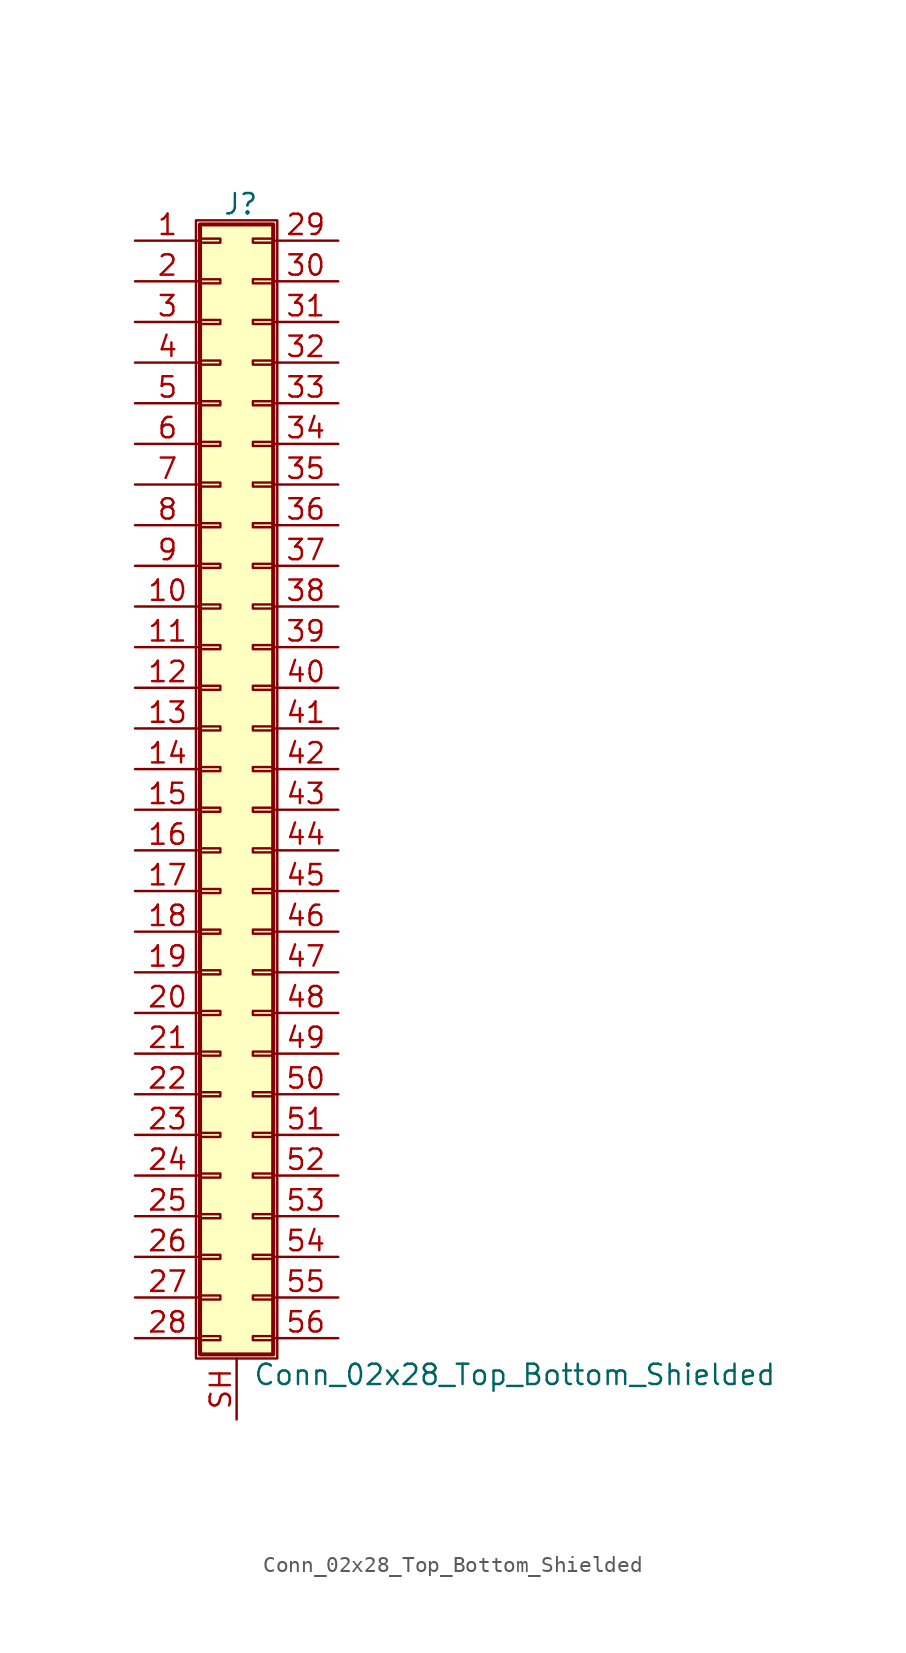
<source format=kicad_sym>
(kicad_symbol_lib
  (version 20201005)
  (generator kicad_symbol_editor)
  (symbol "Conn_02x28_Top_Bottom_Shielded"
    (pin_names
      (offset 1.016) hide)
    (property "Reference" "J"
      (at 1.524 35.306 0)
      (effects (font (size 1.27 1.27))))
    (property "Value" "Conn_02x28_Top_Bottom_Shielded"
      (at 2.286 -37.846 0)
      (effects (font (size 1.27 1.27)) (justify left)))
    (symbol "Conn_02x28_Top_Bottom_Shielded_1_1"
      (rectangle (start -1.27 34.29) (end 3.81 -36.83) (stroke (width 0.152)) (fill (type none)))
      (rectangle (start -1.016 -35.433) (end 0.254 -35.687) (stroke (width 0.152)) (fill (type none)))
      (rectangle (start -1.016 -32.893) (end 0.254 -33.147) (stroke (width 0.152)) (fill (type none)))
      (rectangle (start -1.016 -30.353) (end 0.254 -30.607) (stroke (width 0.152)) (fill (type none)))
      (rectangle (start -1.016 -27.813) (end 0.254 -28.067) (stroke (width 0.152)) (fill (type none)))
      (rectangle (start -1.016 -25.273) (end 0.254 -25.527) (stroke (width 0.152)) (fill (type none)))
      (rectangle (start -1.016 -22.733) (end 0.254 -22.987) (stroke (width 0.152)) (fill (type none)))
      (rectangle (start -1.016 -20.193) (end 0.254 -20.447) (stroke (width 0.152)) (fill (type none)))
      (rectangle (start -1.016 -17.653) (end 0.254 -17.907) (stroke (width 0.152)) (fill (type none)))
      (rectangle (start -1.016 -15.113) (end 0.254 -15.367) (stroke (width 0.152)) (fill (type none)))
      (rectangle (start -1.016 -12.573) (end 0.254 -12.827) (stroke (width 0.152)) (fill (type none)))
      (rectangle (start -1.016 -10.033) (end 0.254 -10.287) (stroke (width 0.152)) (fill (type none)))
      (rectangle (start -1.016 -7.493) (end 0.254 -7.747) (stroke (width 0.152)) (fill (type none)))
      (rectangle (start -1.016 -4.953) (end 0.254 -5.207) (stroke (width 0.152)) (fill (type none)))
      (rectangle (start -1.016 -2.413) (end 0.254 -2.667) (stroke (width 0.152)) (fill (type none)))
      (rectangle (start -1.016 0.127) (end 0.254 -0.127) (stroke (width 0.152)) (fill (type none)))
      (rectangle (start -1.016 2.667) (end 0.254 2.413) (stroke (width 0.152)) (fill (type none)))
      (rectangle (start -1.016 5.207) (end 0.254 4.953) (stroke (width 0.152)) (fill (type none)))
      (rectangle (start -1.016 7.747) (end 0.254 7.493) (stroke (width 0.152)) (fill (type none)))
      (rectangle (start -1.016 10.287) (end 0.254 10.033) (stroke (width 0.152)) (fill (type none)))
      (rectangle (start -1.016 12.827) (end 0.254 12.573) (stroke (width 0.152)) (fill (type none)))
      (rectangle (start -1.016 15.367) (end 0.254 15.113) (stroke (width 0.152)) (fill (type none)))
      (rectangle (start -1.016 17.907) (end 0.254 17.653) (stroke (width 0.152)) (fill (type none)))
      (rectangle (start -1.016 20.447) (end 0.254 20.193) (stroke (width 0.152)) (fill (type none)))
      (rectangle (start -1.016 22.987) (end 0.254 22.733) (stroke (width 0.152)) (fill (type none)))
      (rectangle (start -1.016 25.527) (end 0.254 25.273) (stroke (width 0.152)) (fill (type none)))
      (rectangle (start -1.016 28.067) (end 0.254 27.813) (stroke (width 0.152)) (fill (type none)))
      (rectangle (start -1.016 30.607) (end 0.254 30.353) (stroke (width 0.152)) (fill (type none)))
      (rectangle (start -1.016 33.147) (end 0.254 32.893) (stroke (width 0.152)) (fill (type none)))
      (rectangle (start 3.556 -35.433) (end 2.286 -35.687) (stroke (width 0.152)) (fill (type none)))
      (rectangle (start 3.556 -32.893) (end 2.286 -33.147) (stroke (width 0.152)) (fill (type none)))
      (rectangle (start 3.556 -30.353) (end 2.286 -30.607) (stroke (width 0.152)) (fill (type none)))
      (rectangle (start 3.556 -27.813) (end 2.286 -28.067) (stroke (width 0.152)) (fill (type none)))
      (rectangle (start 3.556 -25.273) (end 2.286 -25.527) (stroke (width 0.152)) (fill (type none)))
      (rectangle (start 3.556 -22.733) (end 2.286 -22.987) (stroke (width 0.152)) (fill (type none)))
      (rectangle (start 3.556 -20.193) (end 2.286 -20.447) (stroke (width 0.152)) (fill (type none)))
      (rectangle (start 3.556 -17.653) (end 2.286 -17.907) (stroke (width 0.152)) (fill (type none)))
      (rectangle (start 3.556 -15.113) (end 2.286 -15.367) (stroke (width 0.152)) (fill (type none)))
      (rectangle (start 3.556 -12.573) (end 2.286 -12.827) (stroke (width 0.152)) (fill (type none)))
      (rectangle (start 3.556 -10.033) (end 2.286 -10.287) (stroke (width 0.152)) (fill (type none)))
      (rectangle (start 3.556 -7.493) (end 2.286 -7.747) (stroke (width 0.152)) (fill (type none)))
      (rectangle (start 3.556 -4.953) (end 2.286 -5.207) (stroke (width 0.152)) (fill (type none)))
      (rectangle (start 3.556 -2.413) (end 2.286 -2.667) (stroke (width 0.152)) (fill (type none)))
      (rectangle (start 3.556 0.127) (end 2.286 -0.127) (stroke (width 0.152)) (fill (type none)))
      (rectangle (start 3.556 2.667) (end 2.286 2.413) (stroke (width 0.152)) (fill (type none)))
      (rectangle (start 3.556 5.207) (end 2.286 4.953) (stroke (width 0.152)) (fill (type none)))
      (rectangle (start 3.556 7.747) (end 2.286 7.493) (stroke (width 0.152)) (fill (type none)))
      (rectangle (start 3.556 10.287) (end 2.286 10.033) (stroke (width 0.152)) (fill (type none)))
      (rectangle (start 3.556 12.827) (end 2.286 12.573) (stroke (width 0.152)) (fill (type none)))
      (rectangle (start 3.556 15.367) (end 2.286 15.113) (stroke (width 0.152)) (fill (type none)))
      (rectangle (start 3.556 17.907) (end 2.286 17.653) (stroke (width 0.152)) (fill (type none)))
      (rectangle (start 3.556 20.447) (end 2.286 20.193) (stroke (width 0.152)) (fill (type none)))
      (rectangle (start 3.556 22.987) (end 2.286 22.733) (stroke (width 0.152)) (fill (type none)))
      (rectangle (start 3.556 25.527) (end 2.286 25.273) (stroke (width 0.152)) (fill (type none)))
      (rectangle (start 3.556 28.067) (end 2.286 27.813) (stroke (width 0.152)) (fill (type none)))
      (rectangle (start 3.556 30.607) (end 2.286 30.353) (stroke (width 0.152)) (fill (type none)))
      (rectangle (start 3.556 33.147) (end 2.286 32.893) (stroke (width 0.152)) (fill (type none)))
      (rectangle (start -1.016 34.036) (end 3.556 -36.576) (stroke (width 0.254)) (fill (type background)))
      (pin passive line (at -5.08 33.02 0) (length 4.064) (name "Pin_1" (effects (font (size 1.27 1.27)))) (number "1" (effects (font (size 1.27 1.27)))))
      (pin passive line (at -5.08 10.16 0) (length 4.064) (name "Pin_10" (effects (font (size 1.27 1.27)))) (number "10" (effects (font (size 1.27 1.27)))))
      (pin passive line (at -5.08 7.62 0) (length 4.064) (name "Pin_11" (effects (font (size 1.27 1.27)))) (number "11" (effects (font (size 1.27 1.27)))))
      (pin passive line (at -5.08 5.08 0) (length 4.064) (name "Pin_12" (effects (font (size 1.27 1.27)))) (number "12" (effects (font (size 1.27 1.27)))))
      (pin passive line (at -5.08 2.54 0) (length 4.064) (name "Pin_13" (effects (font (size 1.27 1.27)))) (number "13" (effects (font (size 1.27 1.27)))))
      (pin passive line (at -5.08 0 0) (length 4.064) (name "Pin_14" (effects (font (size 1.27 1.27)))) (number "14" (effects (font (size 1.27 1.27)))))
      (pin passive line (at -5.08 -2.54 0) (length 4.064) (name "Pin_15" (effects (font (size 1.27 1.27)))) (number "15" (effects (font (size 1.27 1.27)))))
      (pin passive line (at -5.08 -5.08 0) (length 4.064) (name "Pin_16" (effects (font (size 1.27 1.27)))) (number "16" (effects (font (size 1.27 1.27)))))
      (pin passive line (at -5.08 -7.62 0) (length 4.064) (name "Pin_17" (effects (font (size 1.27 1.27)))) (number "17" (effects (font (size 1.27 1.27)))))
      (pin passive line (at -5.08 -10.16 0) (length 4.064) (name "Pin_18" (effects (font (size 1.27 1.27)))) (number "18" (effects (font (size 1.27 1.27)))))
      (pin passive line (at -5.08 -12.7 0) (length 4.064) (name "Pin_19" (effects (font (size 1.27 1.27)))) (number "19" (effects (font (size 1.27 1.27)))))
      (pin passive line (at -5.08 30.48 0) (length 4.064) (name "Pin_2" (effects (font (size 1.27 1.27)))) (number "2" (effects (font (size 1.27 1.27)))))
      (pin passive line (at -5.08 -15.24 0) (length 4.064) (name "Pin_20" (effects (font (size 1.27 1.27)))) (number "20" (effects (font (size 1.27 1.27)))))
      (pin passive line (at -5.08 -17.78 0) (length 4.064) (name "Pin_21" (effects (font (size 1.27 1.27)))) (number "21" (effects (font (size 1.27 1.27)))))
      (pin passive line (at -5.08 -20.32 0) (length 4.064) (name "Pin_22" (effects (font (size 1.27 1.27)))) (number "22" (effects (font (size 1.27 1.27)))))
      (pin passive line (at -5.08 -22.86 0) (length 4.064) (name "Pin_23" (effects (font (size 1.27 1.27)))) (number "23" (effects (font (size 1.27 1.27)))))
      (pin passive line (at -5.08 -25.4 0) (length 4.064) (name "Pin_24" (effects (font (size 1.27 1.27)))) (number "24" (effects (font (size 1.27 1.27)))))
      (pin passive line (at -5.08 -27.94 0) (length 4.064) (name "Pin_25" (effects (font (size 1.27 1.27)))) (number "25" (effects (font (size 1.27 1.27)))))
      (pin passive line (at -5.08 -30.48 0) (length 4.064) (name "Pin_26" (effects (font (size 1.27 1.27)))) (number "26" (effects (font (size 1.27 1.27)))))
      (pin passive line (at -5.08 -33.02 0) (length 4.064) (name "Pin_27" (effects (font (size 1.27 1.27)))) (number "27" (effects (font (size 1.27 1.27)))))
      (pin passive line (at -5.08 -35.56 0) (length 4.064) (name "Pin_28" (effects (font (size 1.27 1.27)))) (number "28" (effects (font (size 1.27 1.27)))))
      (pin passive line (at 7.62 33.02 180) (length 4.064) (name "Pin_29" (effects (font (size 1.27 1.27)))) (number "29" (effects (font (size 1.27 1.27)))))
      (pin passive line (at -5.08 27.94 0) (length 4.064) (name "Pin_3" (effects (font (size 1.27 1.27)))) (number "3" (effects (font (size 1.27 1.27)))))
      (pin passive line (at 7.62 30.48 180) (length 4.064) (name "Pin_30" (effects (font (size 1.27 1.27)))) (number "30" (effects (font (size 1.27 1.27)))))
      (pin passive line (at 7.62 27.94 180) (length 4.064) (name "Pin_31" (effects (font (size 1.27 1.27)))) (number "31" (effects (font (size 1.27 1.27)))))
      (pin passive line (at 7.62 25.4 180) (length 4.064) (name "Pin_32" (effects (font (size 1.27 1.27)))) (number "32" (effects (font (size 1.27 1.27)))))
      (pin passive line (at 7.62 22.86 180) (length 4.064) (name "Pin_33" (effects (font (size 1.27 1.27)))) (number "33" (effects (font (size 1.27 1.27)))))
      (pin passive line (at 7.62 20.32 180) (length 4.064) (name "Pin_34" (effects (font (size 1.27 1.27)))) (number "34" (effects (font (size 1.27 1.27)))))
      (pin passive line (at 7.62 17.78 180) (length 4.064) (name "Pin_35" (effects (font (size 1.27 1.27)))) (number "35" (effects (font (size 1.27 1.27)))))
      (pin passive line (at 7.62 15.24 180) (length 4.064) (name "Pin_36" (effects (font (size 1.27 1.27)))) (number "36" (effects (font (size 1.27 1.27)))))
      (pin passive line (at 7.62 12.7 180) (length 4.064) (name "Pin_37" (effects (font (size 1.27 1.27)))) (number "37" (effects (font (size 1.27 1.27)))))
      (pin passive line (at 7.62 10.16 180) (length 4.064) (name "Pin_38" (effects (font (size 1.27 1.27)))) (number "38" (effects (font (size 1.27 1.27)))))
      (pin passive line (at 7.62 7.62 180) (length 4.064) (name "Pin_39" (effects (font (size 1.27 1.27)))) (number "39" (effects (font (size 1.27 1.27)))))
      (pin passive line (at -5.08 25.4 0) (length 4.064) (name "Pin_4" (effects (font (size 1.27 1.27)))) (number "4" (effects (font (size 1.27 1.27)))))
      (pin passive line (at 7.62 5.08 180) (length 4.064) (name "Pin_40" (effects (font (size 1.27 1.27)))) (number "40" (effects (font (size 1.27 1.27)))))
      (pin passive line (at 7.62 2.54 180) (length 4.064) (name "Pin_41" (effects (font (size 1.27 1.27)))) (number "41" (effects (font (size 1.27 1.27)))))
      (pin passive line (at 7.62 0 180) (length 4.064) (name "Pin_42" (effects (font (size 1.27 1.27)))) (number "42" (effects (font (size 1.27 1.27)))))
      (pin passive line (at 7.62 -2.54 180) (length 4.064) (name "Pin_43" (effects (font (size 1.27 1.27)))) (number "43" (effects (font (size 1.27 1.27)))))
      (pin passive line (at 7.62 -5.08 180) (length 4.064) (name "Pin_44" (effects (font (size 1.27 1.27)))) (number "44" (effects (font (size 1.27 1.27)))))
      (pin passive line (at 7.62 -7.62 180) (length 4.064) (name "Pin_45" (effects (font (size 1.27 1.27)))) (number "45" (effects (font (size 1.27 1.27)))))
      (pin passive line (at 7.62 -10.16 180) (length 4.064) (name "Pin_46" (effects (font (size 1.27 1.27)))) (number "46" (effects (font (size 1.27 1.27)))))
      (pin passive line (at 7.62 -12.7 180) (length 4.064) (name "Pin_47" (effects (font (size 1.27 1.27)))) (number "47" (effects (font (size 1.27 1.27)))))
      (pin passive line (at 7.62 -15.24 180) (length 4.064) (name "Pin_48" (effects (font (size 1.27 1.27)))) (number "48" (effects (font (size 1.27 1.27)))))
      (pin passive line (at 7.62 -17.78 180) (length 4.064) (name "Pin_49" (effects (font (size 1.27 1.27)))) (number "49" (effects (font (size 1.27 1.27)))))
      (pin passive line (at -5.08 22.86 0) (length 4.064) (name "Pin_5" (effects (font (size 1.27 1.27)))) (number "5" (effects (font (size 1.27 1.27)))))
      (pin passive line (at 7.62 -20.32 180) (length 4.064) (name "Pin_50" (effects (font (size 1.27 1.27)))) (number "50" (effects (font (size 1.27 1.27)))))
      (pin passive line (at 7.62 -22.86 180) (length 4.064) (name "Pin_51" (effects (font (size 1.27 1.27)))) (number "51" (effects (font (size 1.27 1.27)))))
      (pin passive line (at 7.62 -25.4 180) (length 4.064) (name "Pin_52" (effects (font (size 1.27 1.27)))) (number "52" (effects (font (size 1.27 1.27)))))
      (pin passive line (at 7.62 -27.94 180) (length 4.064) (name "Pin_53" (effects (font (size 1.27 1.27)))) (number "53" (effects (font (size 1.27 1.27)))))
      (pin passive line (at 7.62 -30.48 180) (length 4.064) (name "Pin_54" (effects (font (size 1.27 1.27)))) (number "54" (effects (font (size 1.27 1.27)))))
      (pin passive line (at 7.62 -33.02 180) (length 4.064) (name "Pin_55" (effects (font (size 1.27 1.27)))) (number "55" (effects (font (size 1.27 1.27)))))
      (pin passive line (at 7.62 -35.56 180) (length 4.064) (name "Pin_56" (effects (font (size 1.27 1.27)))) (number "56" (effects (font (size 1.27 1.27)))))
      (pin passive line (at -5.08 20.32 0) (length 4.064) (name "Pin_6" (effects (font (size 1.27 1.27)))) (number "6" (effects (font (size 1.27 1.27)))))
      (pin passive line (at -5.08 17.78 0) (length 4.064) (name "Pin_7" (effects (font (size 1.27 1.27)))) (number "7" (effects (font (size 1.27 1.27)))))
      (pin passive line (at -5.08 15.24 0) (length 4.064) (name "Pin_8" (effects (font (size 1.27 1.27)))) (number "8" (effects (font (size 1.27 1.27)))))
      (pin passive line (at -5.08 12.7 0) (length 4.064) (name "Pin_9" (effects (font (size 1.27 1.27)))) (number "9" (effects (font (size 1.27 1.27)))))
      (pin passive line (at 1.27 -40.64 90) (length 3.81) (name "Shield" (effects (font (size 1.27 1.27)))) (number "SH" (effects (font (size 1.27 1.27))))))))
</source>
